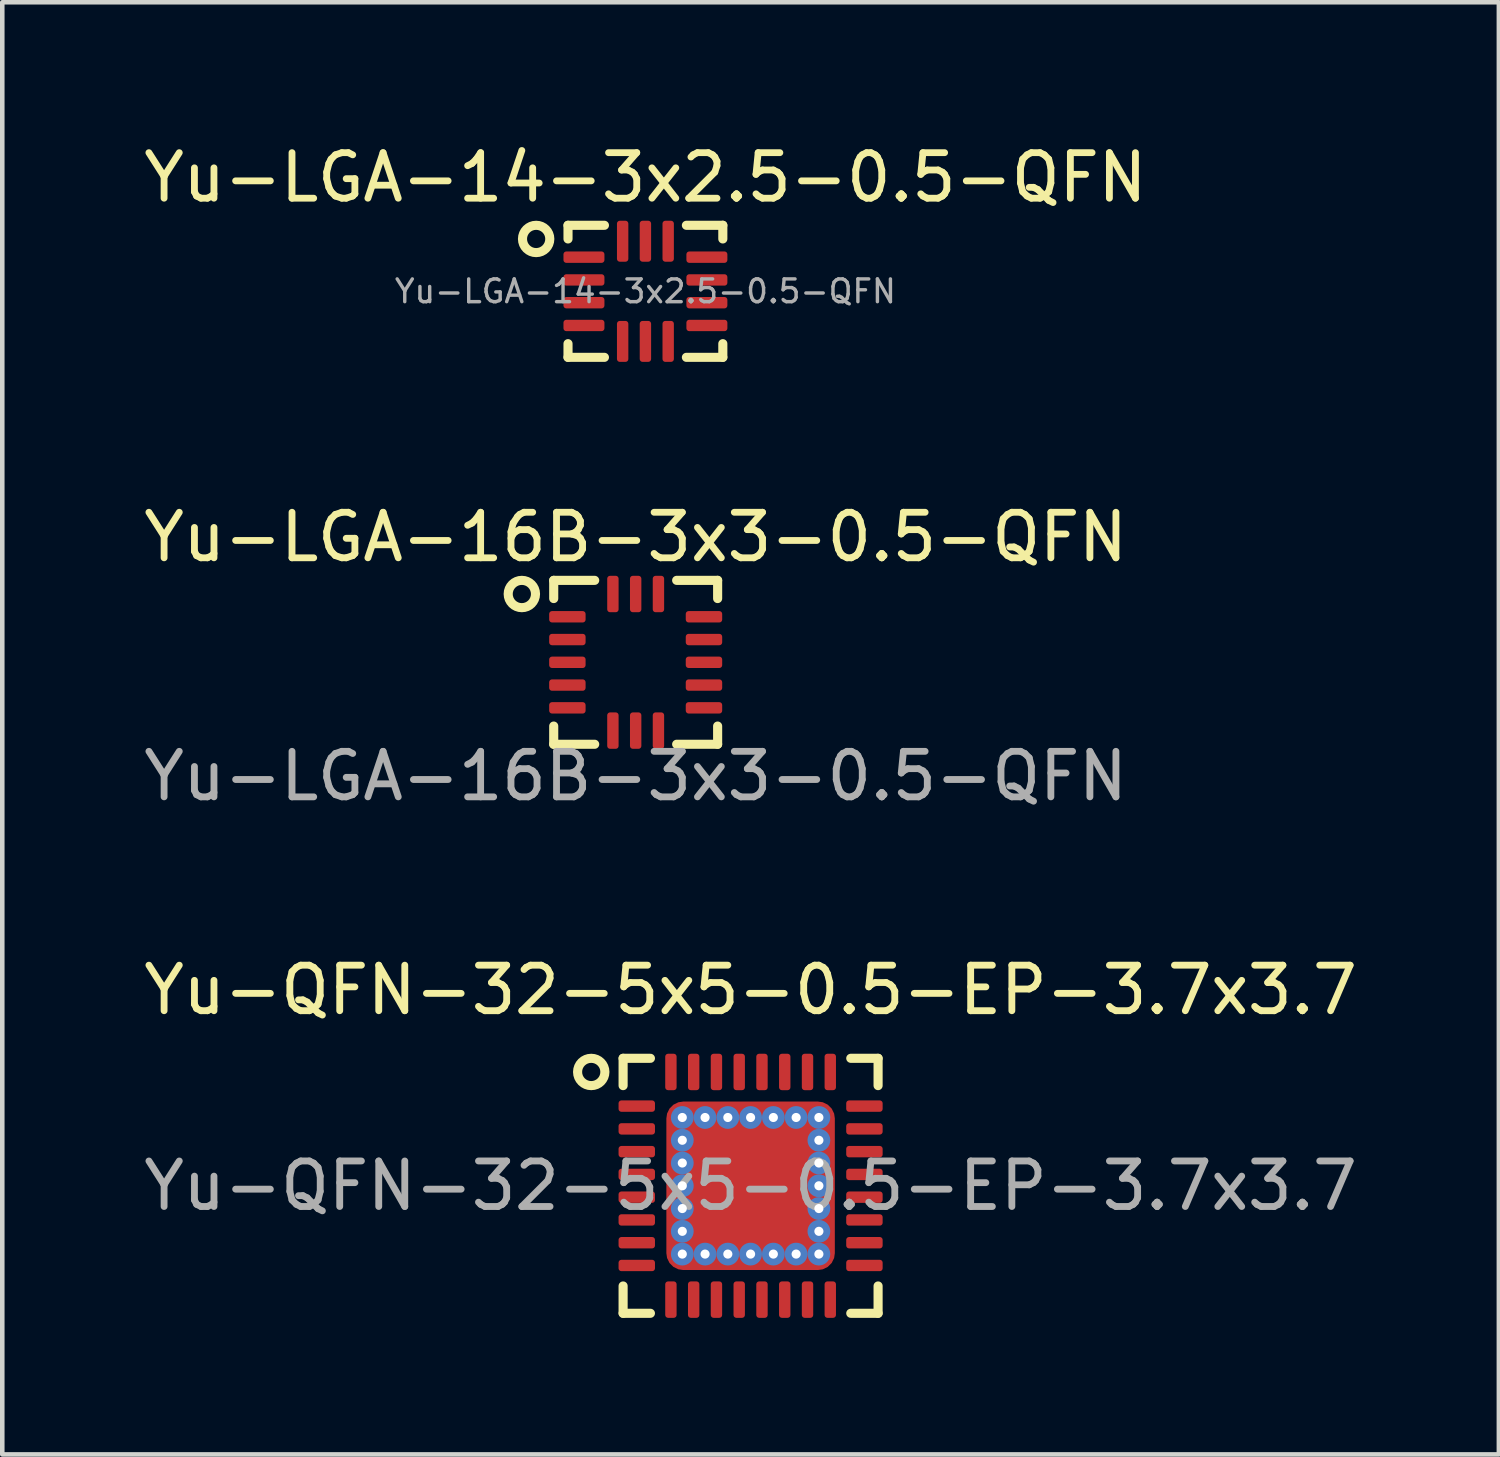
<source format=kicad_pcb>
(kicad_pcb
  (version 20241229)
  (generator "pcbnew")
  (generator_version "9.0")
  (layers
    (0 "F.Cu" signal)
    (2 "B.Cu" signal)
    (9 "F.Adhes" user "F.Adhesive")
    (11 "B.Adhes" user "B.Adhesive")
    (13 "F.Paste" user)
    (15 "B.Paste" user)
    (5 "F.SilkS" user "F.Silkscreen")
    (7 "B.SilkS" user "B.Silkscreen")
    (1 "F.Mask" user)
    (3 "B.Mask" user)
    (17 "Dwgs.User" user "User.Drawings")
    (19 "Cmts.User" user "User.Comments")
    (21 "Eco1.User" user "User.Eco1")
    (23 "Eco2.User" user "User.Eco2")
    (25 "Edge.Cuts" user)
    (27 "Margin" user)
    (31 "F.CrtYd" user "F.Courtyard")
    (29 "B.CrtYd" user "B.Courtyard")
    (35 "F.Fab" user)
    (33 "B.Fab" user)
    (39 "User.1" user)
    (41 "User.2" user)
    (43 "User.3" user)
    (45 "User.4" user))
  (footprint "Yu-LGA-16B-3x3-0.5-QFN"
    (layer "F.Cu")
    (at 10.911 11.496)
    (property "Reference" "Yu-LGA-16B-3x3-0.5-QFN" (at 0 -2.75 0) (unlocked yes) (layer "F.SilkS") (effects (font (size 1 1) (thickness 0.15))))
    (attr smd)
    (fp_line (start -1.8 -1.8) (end -1.8 -1.4) (stroke (width 0.2) (type default)) (layer "F.SilkS"))
    (fp_line (start -1.8 -1.8) (end -0.9 -1.8) (stroke (width 0.2) (type default)) (layer "F.SilkS"))
    (fp_line (start -1.8 1.8) (end -1.8 1.4) (stroke (width 0.2) (type default)) (layer "F.SilkS"))
    (fp_line (start -1.8 1.8) (end -0.9 1.8) (stroke (width 0.2) (type default)) (layer "F.SilkS"))
    (fp_line (start 1.8 -1.8) (end 0.9 -1.8) (stroke (width 0.2) (type default)) (layer "F.SilkS"))
    (fp_line (start 1.8 -1.8) (end 1.8 -1.4) (stroke (width 0.2) (type default)) (layer "F.SilkS"))
    (fp_line (start 1.8 1.8) (end 0.9 1.8) (stroke (width 0.2) (type default)) (layer "F.SilkS"))
    (fp_line (start 1.8 1.8) (end 1.8 1.4) (stroke (width 0.2) (type default)) (layer "F.SilkS"))
    (fp_circle (center -2.5 -1.5) (end -2.2 -1.5) (stroke (width 0.2) (type default)) (fill no) (layer "F.SilkS"))
    (fp_text user "${REFERENCE}" (at 0 2.5 0) (unlocked yes) (layer "F.Fab") (effects (font (size 1 1) (thickness 0.15))))
    (pad "1" smd roundrect (at -1.5 -1) (size 0.8 0.25) (layers "F.Cu" "F.Mask" "F.Paste") (roundrect_rratio 0.25))
    (pad "2" smd roundrect (at -1.5 -0.5) (size 0.8 0.25) (layers "F.Cu" "F.Mask" "F.Paste") (roundrect_rratio 0.25))
    (pad "3" smd roundrect (at -1.5 0) (size 0.8 0.25) (layers "F.Cu" "F.Mask" "F.Paste") (roundrect_rratio 0.25))
    (pad "4" smd roundrect (at -1.5 0.5) (size 0.8 0.25) (layers "F.Cu" "F.Mask" "F.Paste") (roundrect_rratio 0.25))
    (pad "5" smd roundrect (at -1.5 1) (size 0.8 0.25) (layers "F.Cu" "F.Mask" "F.Paste") (roundrect_rratio 0.25))
    (pad "6" smd roundrect (at -0.5 1.5 90) (size 0.8 0.25) (layers "F.Cu" "F.Mask" "F.Paste") (roundrect_rratio 0.25))
    (pad "7" smd roundrect (at 0 1.5 90) (size 0.8 0.25) (layers "F.Cu" "F.Mask" "F.Paste") (roundrect_rratio 0.25))
    (pad "8" smd roundrect (at 0.5 1.5 90) (size 0.8 0.25) (layers "F.Cu" "F.Mask" "F.Paste") (roundrect_rratio 0.25))
    (pad "9" smd roundrect (at 1.5 1) (size 0.8 0.25) (layers "F.Cu" "F.Mask" "F.Paste") (roundrect_rratio 0.25))
    (pad "10" smd roundrect (at 1.5 0.5) (size 0.8 0.25) (layers "F.Cu" "F.Mask" "F.Paste") (roundrect_rratio 0.25))
    (pad "11" smd roundrect (at 1.5 0) (size 0.8 0.25) (layers "F.Cu" "F.Mask" "F.Paste") (roundrect_rratio 0.25))
    (pad "12" smd roundrect (at 1.5 -0.5) (size 0.8 0.25) (layers "F.Cu" "F.Mask" "F.Paste") (roundrect_rratio 0.25))
    (pad "13" smd roundrect (at 1.5 -1) (size 0.8 0.25) (layers "F.Cu" "F.Mask" "F.Paste") (roundrect_rratio 0.25))
    (pad "14" smd roundrect (at 0.5 -1.5 90) (size 0.8 0.25) (layers "F.Cu" "F.Mask" "F.Paste") (roundrect_rratio 0.25))
    (pad "15" smd roundrect (at 0 -1.5 90) (size 0.8 0.25) (layers "F.Cu" "F.Mask" "F.Paste") (roundrect_rratio 0.25))
    (pad "16" smd roundrect (at -0.5 -1.5 90) (size 0.8 0.25) (layers "F.Cu" "F.Mask" "F.Paste") (roundrect_rratio 0.25))
    (zone (net_name "") (layer "F.Cu") (hatch edge 0.5) (connect_pads) (min_thickness 0.25) (filled_areas_thickness no) (keepout (tracks allowed) (vias allowed) (pads allowed) (copperpour not_allowed) (footprints allowed)) (placement (enabled no)) (fill) (polygon (pts (xy 11.911 10.496) (xy 11.911 12.496) (xy 9.911 12.496) (xy 9.911 10.496)))))
  (footprint "Yu-QFN-32-5x5-0.5-EP-3.7x3.7"
    (layer "F.Cu")
    (at 13.435 22.993)
    (property "Reference" "Yu-QFN-32-5x5-0.5-EP-3.7x3.7" (at 0 -4.3 0) (layer "F.SilkS") (effects (font (size 1 1) (thickness 0.15))))
    (attr smd)
    (fp_line (start -2.8 -2.2) (end -2.8 -2.8) (stroke (width 0.2) (type default)) (layer "F.SilkS"))
    (fp_line (start -2.8 2.2) (end -2.8 2.8) (stroke (width 0.2) (type default)) (layer "F.SilkS"))
    (fp_line (start -2.2 -2.8) (end -2.8 -2.8) (stroke (width 0.2) (type default)) (layer "F.SilkS"))
    (fp_line (start -2.2 2.8) (end -2.8 2.8) (stroke (width 0.2) (type default)) (layer "F.SilkS"))
    (fp_line (start 2.2 -2.8) (end 2.8 -2.8) (stroke (width 0.2) (type default)) (layer "F.SilkS"))
    (fp_line (start 2.2 2.8) (end 2.8 2.8) (stroke (width 0.2) (type default)) (layer "F.SilkS"))
    (fp_line (start 2.8 -2.2) (end 2.8 -2.8) (stroke (width 0.2) (type default)) (layer "F.SilkS"))
    (fp_line (start 2.8 2.2) (end 2.8 2.8) (stroke (width 0.2) (type default)) (layer "F.SilkS"))
    (fp_circle (center -3.5 -2.5) (end -3.2 -2.5) (stroke (width 0.2) (type default)) (fill no) (layer "F.SilkS"))
    (fp_text user "${REFERENCE}" (at 0 0 0) (layer "F.Fab") (effects (font (size 1 1) (thickness 0.15))))
    (pad "" smd roundrect (at 0 0) (size 2.8 2.8) (layers "F.Paste") (roundrect_rratio 0.25))
    (pad "0" thru_hole circle (at -1.5 -1.5 270) (size 0.5 0.5) (drill 0.2) (layers "*.Cu"))
    (pad "0" thru_hole circle (at -1.5 -1 270) (size 0.5 0.5) (drill 0.2) (layers "*.Cu"))
    (pad "0" thru_hole circle (at -1.5 -0.5 270) (size 0.5 0.5) (drill 0.2) (layers "*.Cu"))
    (pad "0" thru_hole circle (at -1.5 0 270) (size 0.5 0.5) (drill 0.2) (layers "*.Cu"))
    (pad "0" thru_hole circle (at -1.5 0.5 270) (size 0.5 0.5) (drill 0.2) (layers "*.Cu"))
    (pad "0" thru_hole circle (at -1.5 1 270) (size 0.5 0.5) (drill 0.2) (layers "*.Cu"))
    (pad "0" thru_hole circle (at -1.5 1.5 270) (size 0.5 0.5) (drill 0.2) (layers "*.Cu"))
    (pad "0" thru_hole circle (at -1 -1.5 270) (size 0.5 0.5) (drill 0.2) (layers "*.Cu"))
    (pad "0" thru_hole circle (at -1 1.5 270) (size 0.5 0.5) (drill 0.2) (layers "*.Cu"))
    (pad "0" thru_hole circle (at -0.5 -1.5 270) (size 0.5 0.5) (drill 0.2) (layers "*.Cu"))
    (pad "0" thru_hole circle (at -0.5 1.5 270) (size 0.5 0.5) (drill 0.2) (layers "*.Cu"))
    (pad "0" thru_hole circle (at 0 -1.5 270) (size 0.5 0.5) (drill 0.2) (layers "*.Cu"))
    (pad "0" smd roundrect (at 0 0) (size 3.7 3.7) (layers "F.Cu" "F.Mask") (roundrect_rratio 0.1))
    (pad "0" thru_hole circle (at 0 1.5 270) (size 0.5 0.5) (drill 0.2) (layers "*.Cu"))
    (pad "0" thru_hole circle (at 0.5 -1.5 270) (size 0.5 0.5) (drill 0.2) (layers "*.Cu"))
    (pad "0" thru_hole circle (at 0.5 1.5 270) (size 0.5 0.5) (drill 0.2) (layers "*.Cu"))
    (pad "0" thru_hole circle (at 1 -1.5 270) (size 0.5 0.5) (drill 0.2) (layers "*.Cu"))
    (pad "0" thru_hole circle (at 1 1.5 270) (size 0.5 0.5) (drill 0.2) (layers "*.Cu"))
    (pad "0" thru_hole circle (at 1.5 -1.5 270) (size 0.5 0.5) (drill 0.2) (layers "*.Cu"))
    (pad "0" thru_hole circle (at 1.5 -1 270) (size 0.5 0.5) (drill 0.2) (layers "*.Cu"))
    (pad "0" thru_hole circle (at 1.5 -0.5 270) (size 0.5 0.5) (drill 0.2) (layers "*.Cu"))
    (pad "0" thru_hole circle (at 1.5 0 270) (size 0.5 0.5) (drill 0.2) (layers "*.Cu"))
    (pad "0" thru_hole circle (at 1.5 0.5 270) (size 0.5 0.5) (drill 0.2) (layers "*.Cu"))
    (pad "0" thru_hole circle (at 1.5 1 270) (size 0.5 0.5) (drill 0.2) (layers "*.Cu"))
    (pad "0" thru_hole circle (at 1.5 1.5 270) (size 0.5 0.5) (drill 0.2) (layers "*.Cu"))
    (pad "1" smd roundrect (at -2.5 -1.75) (size 0.8 0.25) (layers "F.Cu" "F.Mask" "F.Paste") (roundrect_rratio 0.25))
    (pad "2" smd roundrect (at -2.5 -1.25) (size 0.8 0.25) (layers "F.Cu" "F.Mask" "F.Paste") (roundrect_rratio 0.25))
    (pad "3" smd roundrect (at -2.5 -0.75) (size 0.8 0.25) (layers "F.Cu" "F.Mask" "F.Paste") (roundrect_rratio 0.25))
    (pad "4" smd roundrect (at -2.5 -0.25) (size 0.8 0.25) (layers "F.Cu" "F.Mask" "F.Paste") (roundrect_rratio 0.25))
    (pad "5" smd roundrect (at -2.5 0.25) (size 0.8 0.25) (layers "F.Cu" "F.Mask" "F.Paste") (roundrect_rratio 0.25))
    (pad "6" smd roundrect (at -2.5 0.75) (size 0.8 0.25) (layers "F.Cu" "F.Mask" "F.Paste") (roundrect_rratio 0.25))
    (pad "7" smd roundrect (at -2.5 1.25) (size 0.8 0.25) (layers "F.Cu" "F.Mask" "F.Paste") (roundrect_rratio 0.25))
    (pad "8" smd roundrect (at -2.5 1.75) (size 0.8 0.25) (layers "F.Cu" "F.Mask" "F.Paste") (roundrect_rratio 0.25))
    (pad "9" smd roundrect (at -1.75 2.5 90) (size 0.8 0.25) (layers "F.Cu" "F.Mask" "F.Paste") (roundrect_rratio 0.25))
    (pad "10" smd roundrect (at -1.25 2.5 90) (size 0.8 0.25) (layers "F.Cu" "F.Mask" "F.Paste") (roundrect_rratio 0.25))
    (pad "11" smd roundrect (at -0.75 2.5 90) (size 0.8 0.25) (layers "F.Cu" "F.Mask" "F.Paste") (roundrect_rratio 0.25))
    (pad "12" smd roundrect (at -0.25 2.5 90) (size 0.8 0.25) (layers "F.Cu" "F.Mask" "F.Paste") (roundrect_rratio 0.25))
    (pad "13" smd roundrect (at 0.25 2.5 90) (size 0.8 0.25) (layers "F.Cu" "F.Mask" "F.Paste") (roundrect_rratio 0.25))
    (pad "14" smd roundrect (at 0.75 2.5 90) (size 0.8 0.25) (layers "F.Cu" "F.Mask" "F.Paste") (roundrect_rratio 0.25))
    (pad "15" smd roundrect (at 1.25 2.5 90) (size 0.8 0.25) (layers "F.Cu" "F.Mask" "F.Paste") (roundrect_rratio 0.25))
    (pad "16" smd roundrect (at 1.75 2.5 90) (size 0.8 0.25) (layers "F.Cu" "F.Mask" "F.Paste") (roundrect_rratio 0.25))
    (pad "17" smd roundrect (at 2.5 1.75 180) (size 0.8 0.25) (layers "F.Cu" "F.Mask" "F.Paste") (roundrect_rratio 0.25))
    (pad "18" smd roundrect (at 2.5 1.25 180) (size 0.8 0.25) (layers "F.Cu" "F.Mask" "F.Paste") (roundrect_rratio 0.25))
    (pad "19" smd roundrect (at 2.5 0.75 180) (size 0.8 0.25) (layers "F.Cu" "F.Mask" "F.Paste") (roundrect_rratio 0.25))
    (pad "20" smd roundrect (at 2.5 0.25 180) (size 0.8 0.25) (layers "F.Cu" "F.Mask" "F.Paste") (roundrect_rratio 0.25))
    (pad "21" smd roundrect (at 2.5 -0.25 180) (size 0.8 0.25) (layers "F.Cu" "F.Mask" "F.Paste") (roundrect_rratio 0.25))
    (pad "22" smd roundrect (at 2.5 -0.75 180) (size 0.8 0.25) (layers "F.Cu" "F.Mask" "F.Paste") (roundrect_rratio 0.25))
    (pad "23" smd roundrect (at 2.5 -1.25 180) (size 0.8 0.25) (layers "F.Cu" "F.Mask" "F.Paste") (roundrect_rratio 0.25))
    (pad "24" smd roundrect (at 2.5 -1.75 180) (size 0.8 0.25) (layers "F.Cu" "F.Mask" "F.Paste") (roundrect_rratio 0.25))
    (pad "25" smd roundrect (at 1.75 -2.5 270) (size 0.8 0.25) (layers "F.Cu" "F.Mask" "F.Paste") (roundrect_rratio 0.25))
    (pad "26" smd roundrect (at 1.25 -2.5 270) (size 0.8 0.25) (layers "F.Cu" "F.Mask" "F.Paste") (roundrect_rratio 0.25))
    (pad "27" smd roundrect (at 0.75 -2.5 270) (size 0.8 0.25) (layers "F.Cu" "F.Mask" "F.Paste") (roundrect_rratio 0.25))
    (pad "28" smd roundrect (at 0.25 -2.5 270) (size 0.8 0.25) (layers "F.Cu" "F.Mask" "F.Paste") (roundrect_rratio 0.25))
    (pad "29" smd roundrect (at -0.25 -2.5 270) (size 0.8 0.25) (layers "F.Cu" "F.Mask" "F.Paste") (roundrect_rratio 0.25))
    (pad "30" smd roundrect (at -0.75 -2.5 270) (size 0.8 0.25) (layers "F.Cu" "F.Mask" "F.Paste") (roundrect_rratio 0.25))
    (pad "31" smd roundrect (at -1.25 -2.5 270) (size 0.8 0.25) (layers "F.Cu" "F.Mask" "F.Paste") (roundrect_rratio 0.25))
    (pad "32" smd roundrect (at -1.75 -2.5 270) (size 0.8 0.25) (layers "F.Cu" "F.Mask" "F.Paste") (roundrect_rratio 0.25))
    (zone (net_name "") (layer "F.Cu") (hatch edge 0.5) (connect_pads) (min_thickness 0.25) (filled_areas_thickness no) (keepout (tracks allowed) (vias allowed) (pads allowed) (copperpour not_allowed) (footprints allowed)) (placement (enabled no)) (fill) (polygon (pts (xy 11.435 20.993) (xy 11.435 24.993) (xy 15.435 24.993) (xy 15.435 20.993)))))
  (footprint "Yu-LGA-14-3x2.5-0.5-QFN"
    (layer "F.Cu")
    (at 11.125 3.348)
    (property "Reference" "Yu-LGA-14-3x2.5-0.5-QFN" (at 0 -2.5 0) (layer "F.SilkS") (effects (font (size 1 1) (thickness 0.15))))
    (attr smd)
    (fp_line (start -1.7 -1.45) (end -1.7 -1.15) (stroke (width 0.2) (type default)) (layer "F.SilkS"))
    (fp_line (start -1.7 -1.45) (end -0.9 -1.45) (stroke (width 0.2) (type default)) (layer "F.SilkS"))
    (fp_line (start -1.7 1.45) (end -1.7 1.15) (stroke (width 0.2) (type default)) (layer "F.SilkS"))
    (fp_line (start -1.7 1.45) (end -0.9 1.45) (stroke (width 0.2) (type default)) (layer "F.SilkS"))
    (fp_line (start 1.7 -1.45) (end 0.9 -1.45) (stroke (width 0.2) (type default)) (layer "F.SilkS"))
    (fp_line (start 1.7 -1.45) (end 1.7 -1.15) (stroke (width 0.2) (type default)) (layer "F.SilkS"))
    (fp_line (start 1.7 1.45) (end 0.9 1.45) (stroke (width 0.2) (type default)) (layer "F.SilkS"))
    (fp_line (start 1.7 1.45) (end 1.7 1.15) (stroke (width 0.2) (type default)) (layer "F.SilkS"))
    (fp_circle (center -2.4 -1.15) (end -2.1 -1.15) (stroke (width 0.2) (type default)) (fill no) (layer "F.SilkS"))
    (fp_text user "${REFERENCE}" (at 0 0 0) (layer "F.Fab") (effects (font (size 0.5 0.5) (thickness 0.075))))
    (pad "1" smd roundrect (at -1.35 -0.75) (size 0.9 0.25) (layers "F.Cu" "F.Mask" "F.Paste") (roundrect_rratio 0.25))
    (pad "2" smd roundrect (at -1.35 -0.25) (size 0.9 0.25) (layers "F.Cu" "F.Mask" "F.Paste") (roundrect_rratio 0.25))
    (pad "3" smd roundrect (at -1.35 0.25) (size 0.9 0.25) (layers "F.Cu" "F.Mask" "F.Paste") (roundrect_rratio 0.25))
    (pad "4" smd roundrect (at -1.35 0.75) (size 0.9 0.25) (layers "F.Cu" "F.Mask" "F.Paste") (roundrect_rratio 0.25))
    (pad "5" smd roundrect (at -0.5 1.1 90) (size 0.9 0.25) (layers "F.Cu" "F.Mask" "F.Paste") (roundrect_rratio 0.25))
    (pad "6" smd roundrect (at 0 1.1 90) (size 0.9 0.25) (layers "F.Cu" "F.Mask" "F.Paste") (roundrect_rratio 0.25))
    (pad "7" smd roundrect (at 0.5 1.1 90) (size 0.9 0.25) (layers "F.Cu" "F.Mask" "F.Paste") (roundrect_rratio 0.25))
    (pad "8" smd roundrect (at 1.35 0.75) (size 0.9 0.25) (layers "F.Cu" "F.Mask" "F.Paste") (roundrect_rratio 0.25))
    (pad "9" smd roundrect (at 1.35 0.25) (size 0.9 0.25) (layers "F.Cu" "F.Mask" "F.Paste") (roundrect_rratio 0.25))
    (pad "10" smd roundrect (at 1.35 -0.25) (size 0.9 0.25) (layers "F.Cu" "F.Mask" "F.Paste") (roundrect_rratio 0.25))
    (pad "11" smd roundrect (at 1.35 -0.75) (size 0.9 0.25) (layers "F.Cu" "F.Mask" "F.Paste") (roundrect_rratio 0.25))
    (pad "12" smd roundrect (at 0.5 -1.1 90) (size 0.9 0.25) (layers "F.Cu" "F.Mask" "F.Paste") (roundrect_rratio 0.25))
    (pad "13" smd roundrect (at 0 -1.1 90) (size 0.9 0.25) (layers "F.Cu" "F.Mask" "F.Paste") (roundrect_rratio 0.25))
    (pad "14" smd roundrect (at -0.5 -1.1 90) (size 0.9 0.25) (layers "F.Cu" "F.Mask" "F.Paste") (roundrect_rratio 0.25))
    (zone (net_name "") (layer "F.Cu") (hatch edge 0.5) (connect_pads) (min_thickness 0.25) (filled_areas_thickness no) (keepout (tracks allowed) (vias allowed) (pads allowed) (copperpour not_allowed) (footprints allowed)) (placement (enabled no)) (fill) (polygon (pts (xy 12.025 2.748) (xy 12.025 3.948) (xy 10.225 3.948) (xy 10.225 2.748)))))
  (gr_rect
    (start -3 -3)
    (end 29.869 28.893)
    (stroke (width 0.1) (type default))
    (fill no)
    (layer "Edge.Cuts")))
</source>
